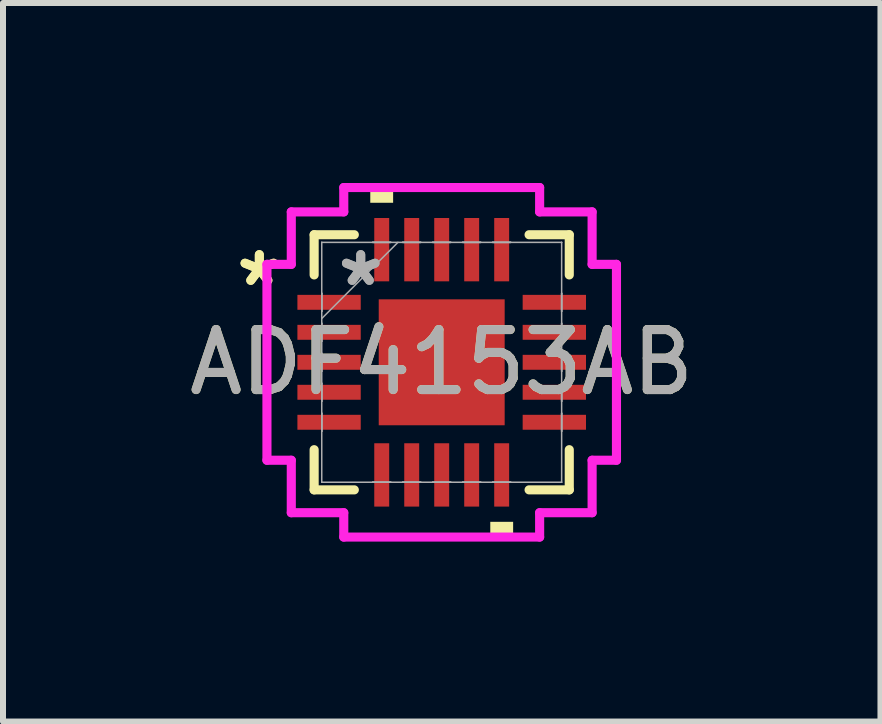
<source format=kicad_pcb>
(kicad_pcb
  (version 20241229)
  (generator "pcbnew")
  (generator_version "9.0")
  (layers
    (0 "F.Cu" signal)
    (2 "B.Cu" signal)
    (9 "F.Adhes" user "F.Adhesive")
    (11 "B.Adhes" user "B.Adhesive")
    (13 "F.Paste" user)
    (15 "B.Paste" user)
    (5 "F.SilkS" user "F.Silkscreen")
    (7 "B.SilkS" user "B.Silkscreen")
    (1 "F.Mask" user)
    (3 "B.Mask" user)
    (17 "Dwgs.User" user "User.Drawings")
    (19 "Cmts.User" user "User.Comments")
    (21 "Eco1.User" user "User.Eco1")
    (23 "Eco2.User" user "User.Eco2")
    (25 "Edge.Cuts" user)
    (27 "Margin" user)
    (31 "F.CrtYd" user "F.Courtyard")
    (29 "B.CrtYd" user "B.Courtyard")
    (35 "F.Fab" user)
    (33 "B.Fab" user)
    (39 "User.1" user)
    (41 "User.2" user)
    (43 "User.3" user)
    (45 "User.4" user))
  (footprint "ADF4153AB"
    (layer "F.Cu")
    (at 4.315 2.991)
    (property "Reference" "ADF4153AB" (at 0 0 0) (unlocked yes) (layer "F.SilkS") (effects (font (size 1 1) (thickness 0.15))))
    (attr smd)
    (fp_line (start -2.127 -2.127) (end -2.127 -1.457) (stroke (width 0.152) (type solid)) (layer "F.SilkS"))
    (fp_line (start -2.127 1.457) (end -2.127 2.127) (stroke (width 0.152) (type solid)) (layer "F.SilkS"))
    (fp_line (start -2.127 2.127) (end -1.457 2.127) (stroke (width 0.152) (type solid)) (layer "F.SilkS"))
    (fp_line (start -1.457 -2.127) (end -2.127 -2.127) (stroke (width 0.152) (type solid)) (layer "F.SilkS"))
    (fp_line (start 1.457 2.127) (end 2.127 2.127) (stroke (width 0.152) (type solid)) (layer "F.SilkS"))
    (fp_line (start 2.127 -2.127) (end 1.457 -2.127) (stroke (width 0.152) (type solid)) (layer "F.SilkS"))
    (fp_line (start 2.127 -1.457) (end 2.127 -2.127) (stroke (width 0.152) (type solid)) (layer "F.SilkS"))
    (fp_line (start 2.127 2.127) (end 2.127 1.457) (stroke (width 0.152) (type solid)) (layer "F.SilkS"))
    (fp_poly (pts (xy -1.191 -2.66) (xy -1.191 -2.914) (xy -0.81 -2.914) (xy -0.81 -2.66)) (stroke (width 0) (type solid)) (fill yes) (layer "F.SilkS"))
    (fp_poly (pts (xy 0.81 2.66) (xy 0.81 2.914) (xy 1.191 2.914) (xy 1.191 2.66)) (stroke (width 0) (type solid)) (fill yes) (layer "F.SilkS"))
    (fp_line (start -2.914 -1.633) (end -2.508 -1.633) (stroke (width 0.152) (type solid)) (layer "F.CrtYd"))
    (fp_line (start -2.914 1.633) (end -2.914 -1.633) (stroke (width 0.152) (type solid)) (layer "F.CrtYd"))
    (fp_line (start -2.508 -2.508) (end -1.633 -2.508) (stroke (width 0.152) (type solid)) (layer "F.CrtYd"))
    (fp_line (start -2.508 -1.633) (end -2.508 -2.508) (stroke (width 0.152) (type solid)) (layer "F.CrtYd"))
    (fp_line (start -2.508 1.633) (end -2.914 1.633) (stroke (width 0.152) (type solid)) (layer "F.CrtYd"))
    (fp_line (start -2.508 2.508) (end -2.508 1.633) (stroke (width 0.152) (type solid)) (layer "F.CrtYd"))
    (fp_line (start -1.633 -2.914) (end 1.633 -2.914) (stroke (width 0.152) (type solid)) (layer "F.CrtYd"))
    (fp_line (start -1.633 -2.508) (end -1.633 -2.914) (stroke (width 0.152) (type solid)) (layer "F.CrtYd"))
    (fp_line (start -1.633 2.508) (end -2.508 2.508) (stroke (width 0.152) (type solid)) (layer "F.CrtYd"))
    (fp_line (start -1.633 2.914) (end -1.633 2.508) (stroke (width 0.152) (type solid)) (layer "F.CrtYd"))
    (fp_line (start 1.633 -2.914) (end 1.633 -2.508) (stroke (width 0.152) (type solid)) (layer "F.CrtYd"))
    (fp_line (start 1.633 -2.508) (end 2.508 -2.508) (stroke (width 0.152) (type solid)) (layer "F.CrtYd"))
    (fp_line (start 1.633 2.508) (end 1.633 2.914) (stroke (width 0.152) (type solid)) (layer "F.CrtYd"))
    (fp_line (start 1.633 2.914) (end -1.633 2.914) (stroke (width 0.152) (type solid)) (layer "F.CrtYd"))
    (fp_line (start 2.508 -2.508) (end 2.508 -1.633) (stroke (width 0.152) (type solid)) (layer "F.CrtYd"))
    (fp_line (start 2.508 -1.633) (end 2.914 -1.633) (stroke (width 0.152) (type solid)) (layer "F.CrtYd"))
    (fp_line (start 2.508 1.633) (end 2.508 2.508) (stroke (width 0.152) (type solid)) (layer "F.CrtYd"))
    (fp_line (start 2.508 2.508) (end 1.633 2.508) (stroke (width 0.152) (type solid)) (layer "F.CrtYd"))
    (fp_line (start 2.914 -1.633) (end 2.914 1.633) (stroke (width 0.152) (type solid)) (layer "F.CrtYd"))
    (fp_line (start 2.914 1.633) (end 2.508 1.633) (stroke (width 0.152) (type solid)) (layer "F.CrtYd"))
    (fp_line (start -2 -2) (end -2 -2) (stroke (width 0.025) (type solid)) (layer "F.Fab"))
    (fp_line (start -2 -2) (end -2 2) (stroke (width 0.025) (type solid)) (layer "F.Fab"))
    (fp_line (start -2 -1.15) (end -2 -1.15) (stroke (width 0.025) (type solid)) (layer "F.Fab"))
    (fp_line (start -2 -1.15) (end -2 -0.85) (stroke (width 0.025) (type solid)) (layer "F.Fab"))
    (fp_line (start -2 -0.85) (end -2 -1.15) (stroke (width 0.025) (type solid)) (layer "F.Fab"))
    (fp_line (start -2 -0.85) (end -2 -0.85) (stroke (width 0.025) (type solid)) (layer "F.Fab"))
    (fp_line (start -2 -0.73) (end -0.73 -2) (stroke (width 0.025) (type solid)) (layer "F.Fab"))
    (fp_line (start -2 -0.65) (end -2 -0.65) (stroke (width 0.025) (type solid)) (layer "F.Fab"))
    (fp_line (start -2 -0.65) (end -2 -0.35) (stroke (width 0.025) (type solid)) (layer "F.Fab"))
    (fp_line (start -2 -0.35) (end -2 -0.65) (stroke (width 0.025) (type solid)) (layer "F.Fab"))
    (fp_line (start -2 -0.35) (end -2 -0.35) (stroke (width 0.025) (type solid)) (layer "F.Fab"))
    (fp_line (start -2 -0.15) (end -2 -0.15) (stroke (width 0.025) (type solid)) (layer "F.Fab"))
    (fp_line (start -2 -0.15) (end -2 0.15) (stroke (width 0.025) (type solid)) (layer "F.Fab"))
    (fp_line (start -2 0.15) (end -2 -0.15) (stroke (width 0.025) (type solid)) (layer "F.Fab"))
    (fp_line (start -2 0.15) (end -2 0.15) (stroke (width 0.025) (type solid)) (layer "F.Fab"))
    (fp_line (start -2 0.35) (end -2 0.35) (stroke (width 0.025) (type solid)) (layer "F.Fab"))
    (fp_line (start -2 0.35) (end -2 0.65) (stroke (width 0.025) (type solid)) (layer "F.Fab"))
    (fp_line (start -2 0.65) (end -2 0.35) (stroke (width 0.025) (type solid)) (layer "F.Fab"))
    (fp_line (start -2 0.65) (end -2 0.65) (stroke (width 0.025) (type solid)) (layer "F.Fab"))
    (fp_line (start -2 0.85) (end -2 0.85) (stroke (width 0.025) (type solid)) (layer "F.Fab"))
    (fp_line (start -2 0.85) (end -2 1.15) (stroke (width 0.025) (type solid)) (layer "F.Fab"))
    (fp_line (start -2 1.15) (end -2 0.85) (stroke (width 0.025) (type solid)) (layer "F.Fab"))
    (fp_line (start -2 1.15) (end -2 1.15) (stroke (width 0.025) (type solid)) (layer "F.Fab"))
    (fp_line (start -2 2) (end -2 2) (stroke (width 0.025) (type solid)) (layer "F.Fab"))
    (fp_line (start -2 2) (end 2 2) (stroke (width 0.025) (type solid)) (layer "F.Fab"))
    (fp_line (start -1.15 -2) (end -1.15 -2) (stroke (width 0.025) (type solid)) (layer "F.Fab"))
    (fp_line (start -1.15 -2) (end -0.85 -2) (stroke (width 0.025) (type solid)) (layer "F.Fab"))
    (fp_line (start -1.15 2) (end -1.15 2) (stroke (width 0.025) (type solid)) (layer "F.Fab"))
    (fp_line (start -1.15 2) (end -0.85 2) (stroke (width 0.025) (type solid)) (layer "F.Fab"))
    (fp_line (start -0.85 -2) (end -1.15 -2) (stroke (width 0.025) (type solid)) (layer "F.Fab"))
    (fp_line (start -0.85 -2) (end -0.85 -2) (stroke (width 0.025) (type solid)) (layer "F.Fab"))
    (fp_line (start -0.85 2) (end -1.15 2) (stroke (width 0.025) (type solid)) (layer "F.Fab"))
    (fp_line (start -0.85 2) (end -0.85 2) (stroke (width 0.025) (type solid)) (layer "F.Fab"))
    (fp_line (start -0.65 -2) (end -0.65 -2) (stroke (width 0.025) (type solid)) (layer "F.Fab"))
    (fp_line (start -0.65 -2) (end -0.35 -2) (stroke (width 0.025) (type solid)) (layer "F.Fab"))
    (fp_line (start -0.65 2) (end -0.65 2) (stroke (width 0.025) (type solid)) (layer "F.Fab"))
    (fp_line (start -0.65 2) (end -0.35 2) (stroke (width 0.025) (type solid)) (layer "F.Fab"))
    (fp_line (start -0.35 -2) (end -0.65 -2) (stroke (width 0.025) (type solid)) (layer "F.Fab"))
    (fp_line (start -0.35 -2) (end -0.35 -2) (stroke (width 0.025) (type solid)) (layer "F.Fab"))
    (fp_line (start -0.35 2) (end -0.65 2) (stroke (width 0.025) (type solid)) (layer "F.Fab"))
    (fp_line (start -0.35 2) (end -0.35 2) (stroke (width 0.025) (type solid)) (layer "F.Fab"))
    (fp_line (start -0.15 -2) (end -0.15 -2) (stroke (width 0.025) (type solid)) (layer "F.Fab"))
    (fp_line (start -0.15 -2) (end 0.15 -2) (stroke (width 0.025) (type solid)) (layer "F.Fab"))
    (fp_line (start -0.15 2) (end -0.15 2) (stroke (width 0.025) (type solid)) (layer "F.Fab"))
    (fp_line (start -0.15 2) (end 0.15 2) (stroke (width 0.025) (type solid)) (layer "F.Fab"))
    (fp_line (start 0.15 -2) (end -0.15 -2) (stroke (width 0.025) (type solid)) (layer "F.Fab"))
    (fp_line (start 0.15 -2) (end 0.15 -2) (stroke (width 0.025) (type solid)) (layer "F.Fab"))
    (fp_line (start 0.15 2) (end -0.15 2) (stroke (width 0.025) (type solid)) (layer "F.Fab"))
    (fp_line (start 0.15 2) (end 0.15 2) (stroke (width 0.025) (type solid)) (layer "F.Fab"))
    (fp_line (start 0.35 -2) (end 0.35 -2) (stroke (width 0.025) (type solid)) (layer "F.Fab"))
    (fp_line (start 0.35 -2) (end 0.65 -2) (stroke (width 0.025) (type solid)) (layer "F.Fab"))
    (fp_line (start 0.35 2) (end 0.35 2) (stroke (width 0.025) (type solid)) (layer "F.Fab"))
    (fp_line (start 0.35 2) (end 0.65 2) (stroke (width 0.025) (type solid)) (layer "F.Fab"))
    (fp_line (start 0.65 -2) (end 0.35 -2) (stroke (width 0.025) (type solid)) (layer "F.Fab"))
    (fp_line (start 0.65 -2) (end 0.65 -2) (stroke (width 0.025) (type solid)) (layer "F.Fab"))
    (fp_line (start 0.65 2) (end 0.35 2) (stroke (width 0.025) (type solid)) (layer "F.Fab"))
    (fp_line (start 0.65 2) (end 0.65 2) (stroke (width 0.025) (type solid)) (layer "F.Fab"))
    (fp_line (start 0.85 -2) (end 0.85 -2) (stroke (width 0.025) (type solid)) (layer "F.Fab"))
    (fp_line (start 0.85 -2) (end 1.15 -2) (stroke (width 0.025) (type solid)) (layer "F.Fab"))
    (fp_line (start 0.85 2) (end 0.85 2) (stroke (width 0.025) (type solid)) (layer "F.Fab"))
    (fp_line (start 0.85 2) (end 1.15 2) (stroke (width 0.025) (type solid)) (layer "F.Fab"))
    (fp_line (start 1.15 -2) (end 0.85 -2) (stroke (width 0.025) (type solid)) (layer "F.Fab"))
    (fp_line (start 1.15 -2) (end 1.15 -2) (stroke (width 0.025) (type solid)) (layer "F.Fab"))
    (fp_line (start 1.15 2) (end 0.85 2) (stroke (width 0.025) (type solid)) (layer "F.Fab"))
    (fp_line (start 1.15 2) (end 1.15 2) (stroke (width 0.025) (type solid)) (layer "F.Fab"))
    (fp_line (start 2 -2) (end -2 -2) (stroke (width 0.025) (type solid)) (layer "F.Fab"))
    (fp_line (start 2 -2) (end 2 -2) (stroke (width 0.025) (type solid)) (layer "F.Fab"))
    (fp_line (start 2 -1.15) (end 2 -1.15) (stroke (width 0.025) (type solid)) (layer "F.Fab"))
    (fp_line (start 2 -1.15) (end 2 -0.85) (stroke (width 0.025) (type solid)) (layer "F.Fab"))
    (fp_line (start 2 -0.85) (end 2 -1.15) (stroke (width 0.025) (type solid)) (layer "F.Fab"))
    (fp_line (start 2 -0.85) (end 2 -0.85) (stroke (width 0.025) (type solid)) (layer "F.Fab"))
    (fp_line (start 2 -0.65) (end 2 -0.65) (stroke (width 0.025) (type solid)) (layer "F.Fab"))
    (fp_line (start 2 -0.65) (end 2 -0.35) (stroke (width 0.025) (type solid)) (layer "F.Fab"))
    (fp_line (start 2 -0.35) (end 2 -0.65) (stroke (width 0.025) (type solid)) (layer "F.Fab"))
    (fp_line (start 2 -0.35) (end 2 -0.35) (stroke (width 0.025) (type solid)) (layer "F.Fab"))
    (fp_line (start 2 -0.15) (end 2 -0.15) (stroke (width 0.025) (type solid)) (layer "F.Fab"))
    (fp_line (start 2 -0.15) (end 2 0.15) (stroke (width 0.025) (type solid)) (layer "F.Fab"))
    (fp_line (start 2 0.15) (end 2 -0.15) (stroke (width 0.025) (type solid)) (layer "F.Fab"))
    (fp_line (start 2 0.15) (end 2 0.15) (stroke (width 0.025) (type solid)) (layer "F.Fab"))
    (fp_line (start 2 0.35) (end 2 0.35) (stroke (width 0.025) (type solid)) (layer "F.Fab"))
    (fp_line (start 2 0.35) (end 2 0.65) (stroke (width 0.025) (type solid)) (layer "F.Fab"))
    (fp_line (start 2 0.65) (end 2 0.35) (stroke (width 0.025) (type solid)) (layer "F.Fab"))
    (fp_line (start 2 0.65) (end 2 0.65) (stroke (width 0.025) (type solid)) (layer "F.Fab"))
    (fp_line (start 2 0.85) (end 2 0.85) (stroke (width 0.025) (type solid)) (layer "F.Fab"))
    (fp_line (start 2 0.85) (end 2 1.15) (stroke (width 0.025) (type solid)) (layer "F.Fab"))
    (fp_line (start 2 1.15) (end 2 0.85) (stroke (width 0.025) (type solid)) (layer "F.Fab"))
    (fp_line (start 2 1.15) (end 2 1.15) (stroke (width 0.025) (type solid)) (layer "F.Fab"))
    (fp_line (start 2 2) (end 2 -2) (stroke (width 0.025) (type solid)) (layer "F.Fab"))
    (fp_line (start 2 2) (end 2 2) (stroke (width 0.025) (type solid)) (layer "F.Fab"))
    (fp_text user "*" (at -3.041 -1.25 0) (unlocked yes) (layer "F.SilkS") (effects (font (size 1 1) (thickness 0.15))))
    (fp_text user "*" (at -3.041 -1.25 0) (layer "F.SilkS") (effects (font (size 1 1) (thickness 0.15))))
    (fp_text user "*" (at -1.35 -1.25 0) (unlocked yes) (layer "F.Fab") (effects (font (size 1 1) (thickness 0.15))))
    (fp_text user "*" (at -1.35 -1.25 0) (layer "F.Fab") (effects (font (size 1 1) (thickness 0.15))))
    (fp_text user "${REFERENCE}" (at 0 0 0) (unlocked yes) (layer "F.Fab") (effects (font (size 1 1) (thickness 0.15))))
    (pad "1" smd rect (at -1.878 -1 90) (size 0.249 1.056) (layers "F.Cu" "F.Mask" "F.Paste"))
    (pad "2" smd rect (at -1.878 -0.5 90) (size 0.249 1.056) (layers "F.Cu" "F.Mask" "F.Paste"))
    (pad "3" smd rect (at -1.878 0 90) (size 0.249 1.056) (layers "F.Cu" "F.Mask" "F.Paste"))
    (pad "4" smd rect (at -1.878 0.5 90) (size 0.249 1.056) (layers "F.Cu" "F.Mask" "F.Paste"))
    (pad "5" smd rect (at -1.878 1 90) (size 0.249 1.056) (layers "F.Cu" "F.Mask" "F.Paste"))
    (pad "6" smd rect (at -1 1.878) (size 0.249 1.056) (layers "F.Cu" "F.Mask" "F.Paste"))
    (pad "7" smd rect (at -0.5 1.878) (size 0.249 1.056) (layers "F.Cu" "F.Mask" "F.Paste"))
    (pad "8" smd rect (at 0 1.878) (size 0.249 1.056) (layers "F.Cu" "F.Mask" "F.Paste"))
    (pad "9" smd rect (at 0.5 1.878) (size 0.249 1.056) (layers "F.Cu" "F.Mask" "F.Paste"))
    (pad "10" smd rect (at 1 1.878) (size 0.249 1.056) (layers "F.Cu" "F.Mask" "F.Paste"))
    (pad "11" smd rect (at 1.878 1 90) (size 0.249 1.056) (layers "F.Cu" "F.Mask" "F.Paste"))
    (pad "12" smd rect (at 1.878 0.5 90) (size 0.249 1.056) (layers "F.Cu" "F.Mask" "F.Paste"))
    (pad "13" smd rect (at 1.878 0 90) (size 0.249 1.056) (layers "F.Cu" "F.Mask" "F.Paste"))
    (pad "14" smd rect (at 1.878 -0.5 90) (size 0.249 1.056) (layers "F.Cu" "F.Mask" "F.Paste"))
    (pad "15" smd rect (at 1.878 -1 90) (size 0.249 1.056) (layers "F.Cu" "F.Mask" "F.Paste"))
    (pad "16" smd rect (at 1 -1.878) (size 0.249 1.056) (layers "F.Cu" "F.Mask" "F.Paste"))
    (pad "17" smd rect (at 0.5 -1.878) (size 0.249 1.056) (layers "F.Cu" "F.Mask" "F.Paste"))
    (pad "18" smd rect (at 0 -1.878) (size 0.249 1.056) (layers "F.Cu" "F.Mask" "F.Paste"))
    (pad "19" smd rect (at -0.5 -1.878) (size 0.249 1.056) (layers "F.Cu" "F.Mask" "F.Paste"))
    (pad "20" smd rect (at -1 -1.878) (size 0.249 1.056) (layers "F.Cu" "F.Mask" "F.Paste"))
    (pad "21" smd rect (at 0 0) (size 2.1 2.1) (layers "F.Cu" "F.Mask" "F.Paste")))
  (gr_rect
    (start -3 -3)
    (end 11.631 8.981)
    (stroke (width 0.1) (type default))
    (fill no)
    (layer "Edge.Cuts")))
</source>
